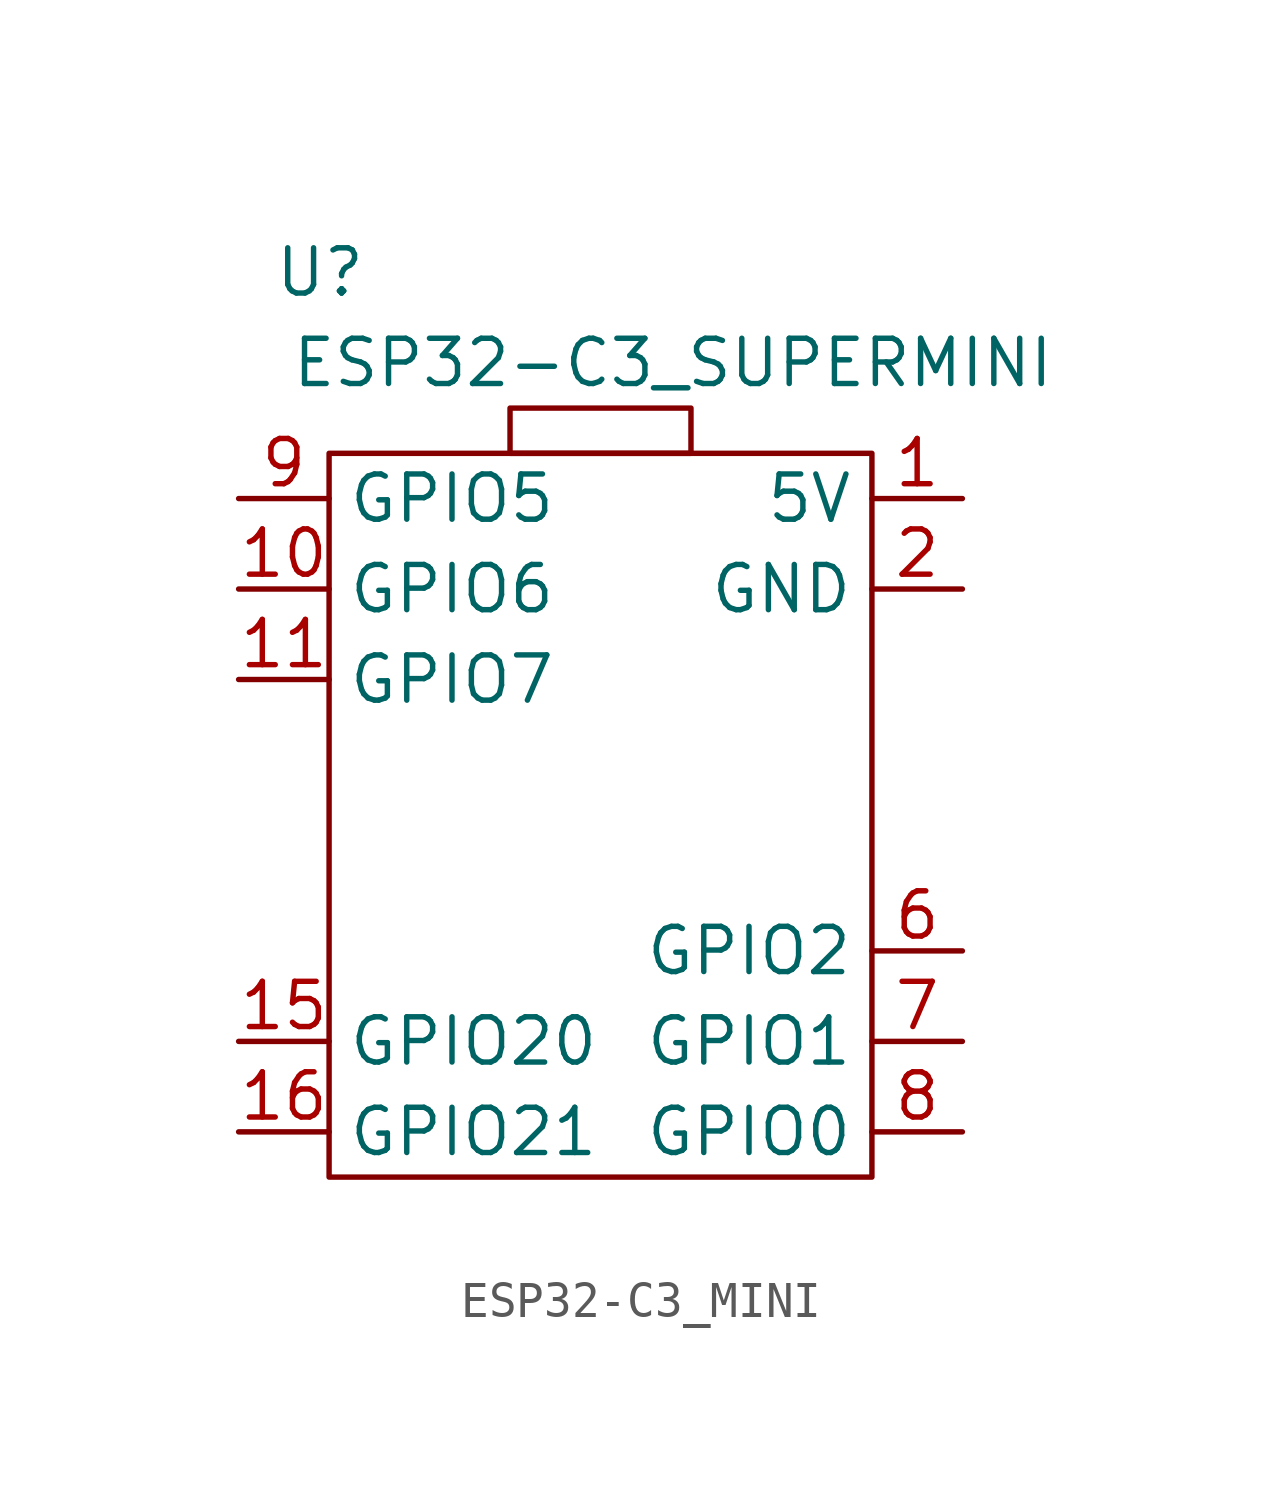
<source format=kicad_sym>
(kicad_symbol_lib
  (version 20241209)
  (generator "kicad_symbol_editor")
  (generator_version "9.0")
  (symbol "ESP32-C3_MINI"
    (property "Reference" "U"
      (at -7.874 15.24 0)
      (effects (font (size 1.27 1.27))))
    (property "Value" "ESP32-C3_SUPERMINI"
      (at 2.032 12.7 0)
      (effects (font (size 1.27 1.27))))
    (symbol "ESP32-C3_MINI_0_1"
      (rectangle (start -7.62 10.16) (end 7.62 -10.16) (stroke (width 0) (type default)) (fill (type none)))
      (rectangle (start -2.54 10.16) (end 2.54 11.43) (stroke (width 0) (type default)) (fill (type none))))
    (symbol "ESP32-C3_MINI_1_1"
      (pin bidirectional line (at -10.16 8.89 0) (length 2.54) (name "GPIO5" (effects (font (size 1.27 1.27)))) (number "9" (effects (font (size 1.27 1.27)))))
      (pin bidirectional line (at -10.16 6.35 0) (length 2.54) (name "GPIO6" (effects (font (size 1.27 1.27)))) (number "10" (effects (font (size 1.27 1.27)))))
      (pin bidirectional line (at -10.16 3.81 0) (length 2.54) (name "GPIO7" (effects (font (size 1.27 1.27)))) (number "11" (effects (font (size 1.27 1.27)))))
      (pin bidirectional line (at -10.16 -6.35 0) (length 2.54) (name "GPIO20" (effects (font (size 1.27 1.27)))) (number "15" (effects (font (size 1.27 1.27)))))
      (pin bidirectional line (at -10.16 -8.89 0) (length 2.54) (name "GPIO21" (effects (font (size 1.27 1.27)))) (number "16" (effects (font (size 1.27 1.27)))))
      (pin power_in line (at 10.16 8.89 180) (length 2.54) (name "5V" (effects (font (size 1.27 1.27)))) (number "1" (effects (font (size 1.27 1.27)))))
      (pin power_in line (at 10.16 6.35 180) (length 2.54) (name "GND" (effects (font (size 1.27 1.27)))) (number "2" (effects (font (size 1.27 1.27)))))
      (pin bidirectional line (at 10.16 -3.81 180) (length 2.54) (name "GPIO2" (effects (font (size 1.27 1.27)))) (number "6" (effects (font (size 1.27 1.27)))))
      (pin bidirectional line (at 10.16 -6.35 180) (length 2.54) (name "GPIO1" (effects (font (size 1.27 1.27)))) (number "7" (effects (font (size 1.27 1.27)))))
      (pin bidirectional line (at 10.16 -8.89 180) (length 2.54) (name "GPIO0" (effects (font (size 1.27 1.27)))) (number "8" (effects (font (size 1.27 1.27))))))))
</source>
